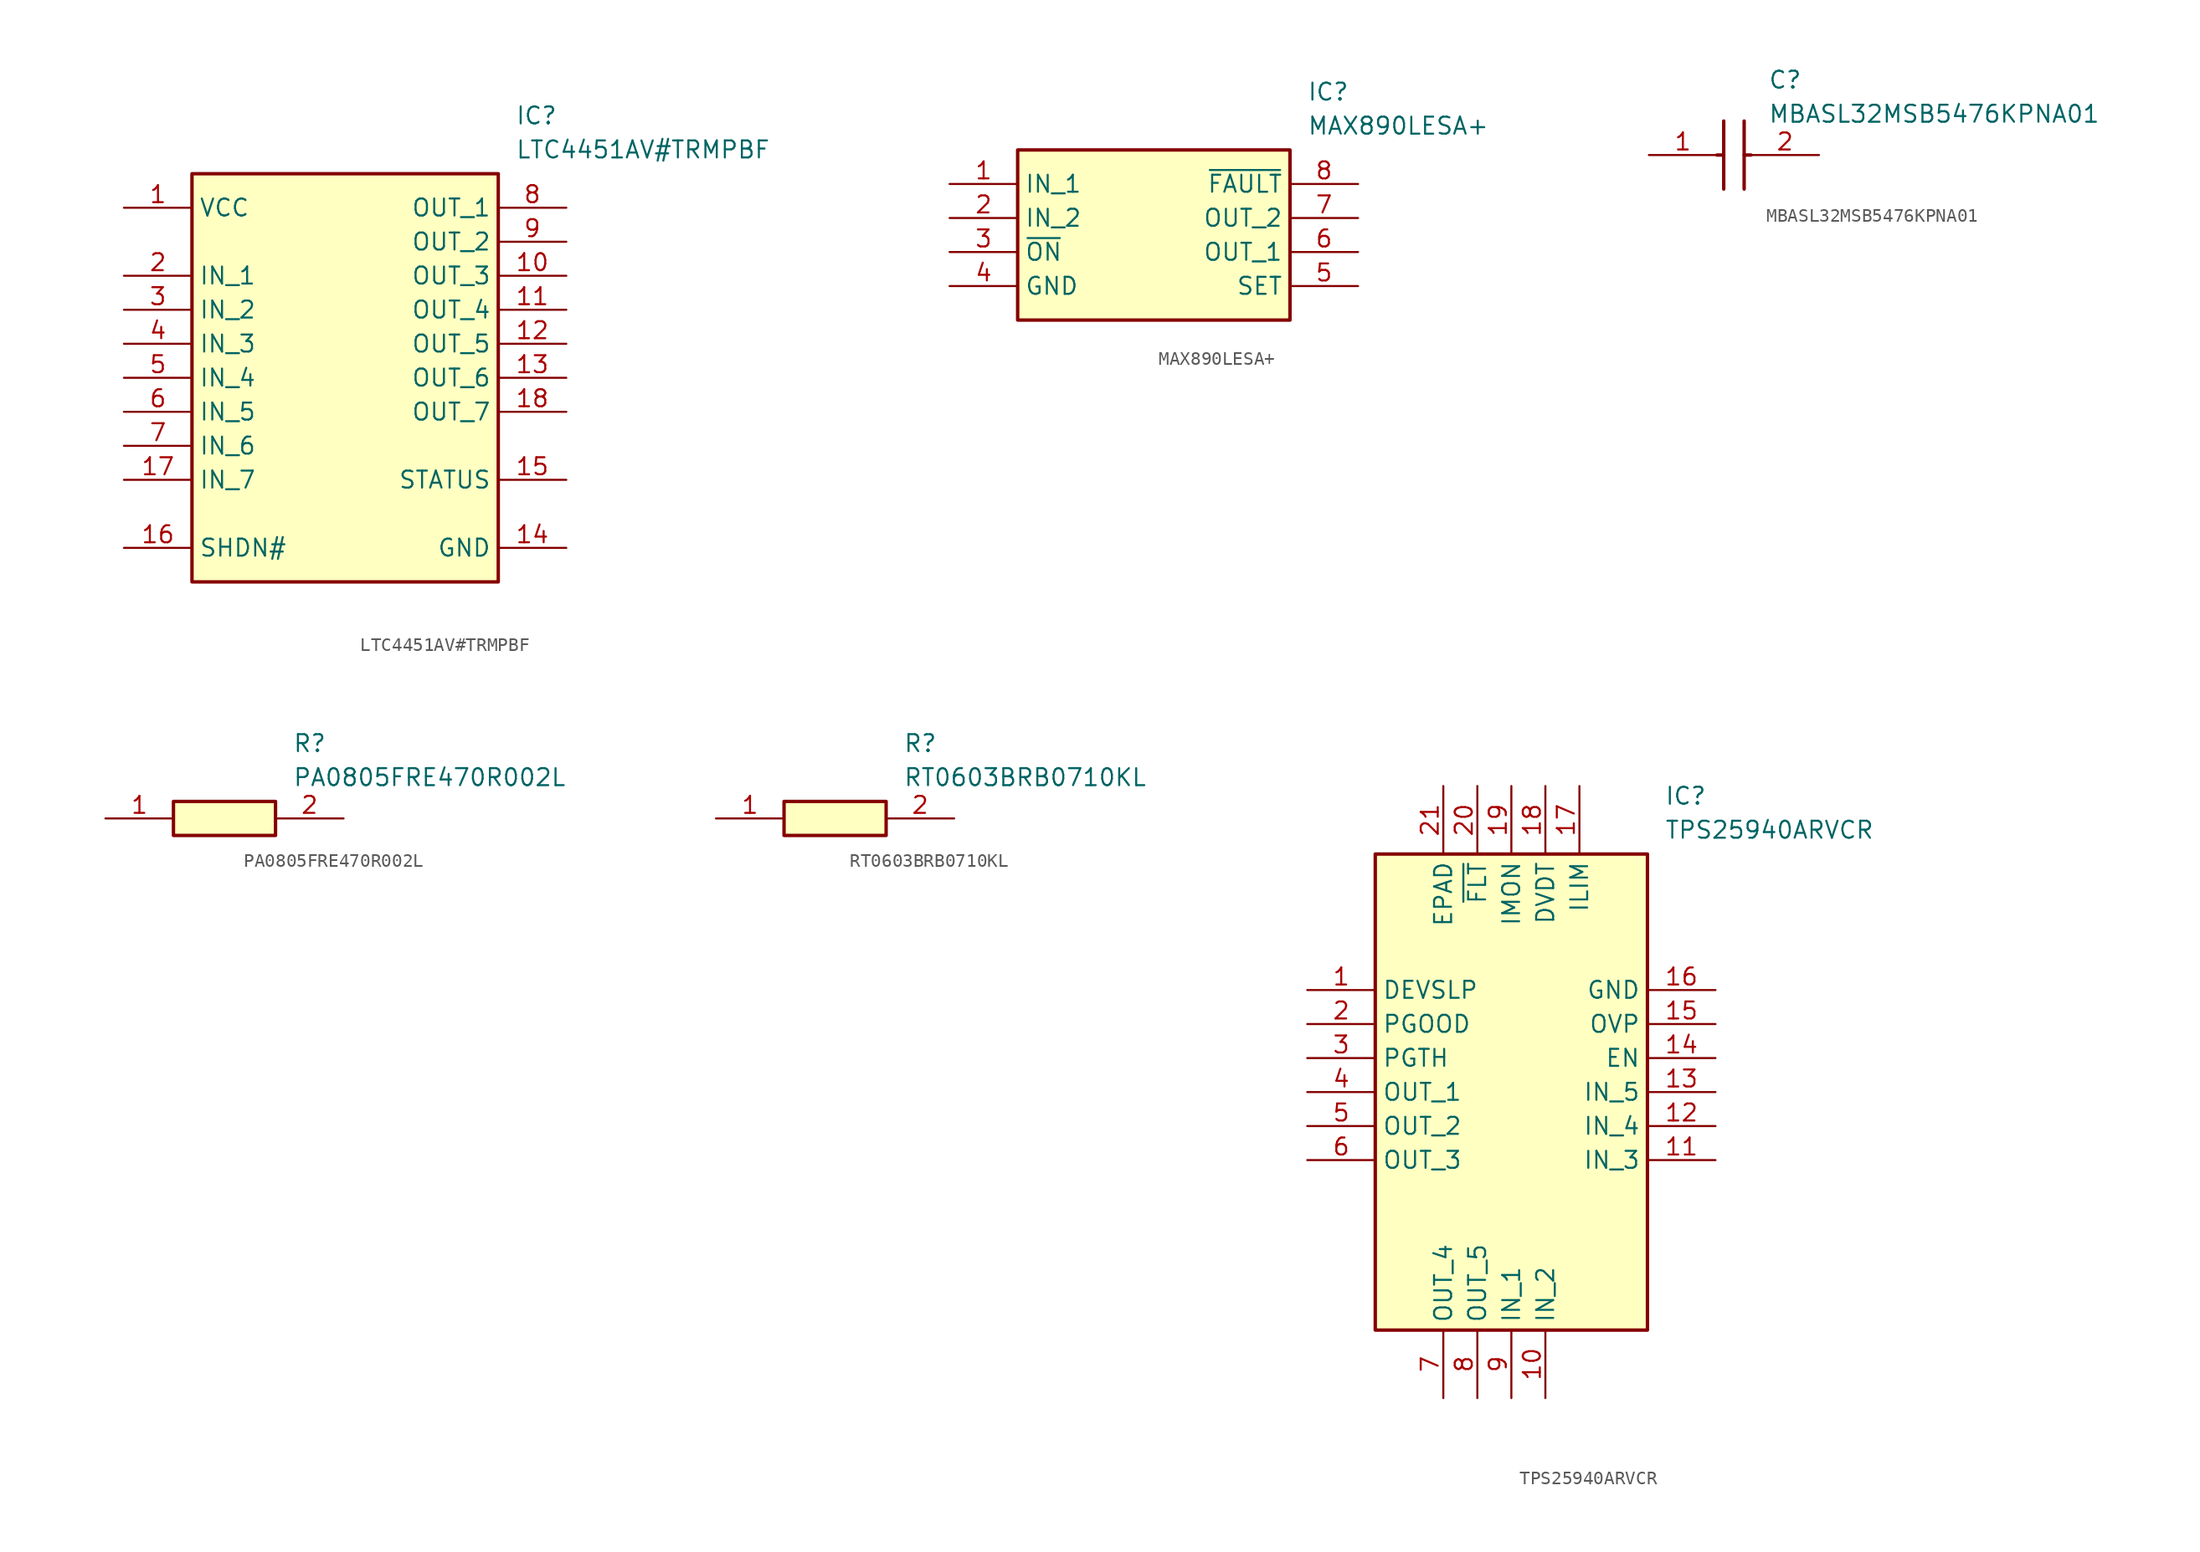
<source format=kicad_sym>
(kicad_symbol_lib
  (version 20241209)
  (generator "kicad_symbol_editor")
  (generator_version "9.0")
  (symbol "LTC4451AV#TRMPBF"
    (property "Reference" "IC"
      (at 29.21 7.62 0)
      (effects (font (size 1.27 1.27)) (justify left top)))
    (property "Value" "LTC4451AV#TRMPBF"
      (at 29.21 5.08 0)
      (effects (font (size 1.27 1.27)) (justify left top)))
    (symbol "LTC4451AV#TRMPBF_1_1"
      (rectangle (start 5.08 2.54) (end 27.94 -27.94) (stroke (width 0.254) (type default)) (fill (type background)))
      (pin passive line (at 0 0 0) (length 5.08) (name "VCC" (effects (font (size 1.27 1.27)))) (number "1" (effects (font (size 1.27 1.27)))))
      (pin passive line (at 0 -5.08 0) (length 5.08) (name "IN_1" (effects (font (size 1.27 1.27)))) (number "2" (effects (font (size 1.27 1.27)))))
      (pin passive line (at 0 -7.62 0) (length 5.08) (name "IN_2" (effects (font (size 1.27 1.27)))) (number "3" (effects (font (size 1.27 1.27)))))
      (pin passive line (at 0 -10.16 0) (length 5.08) (name "IN_3" (effects (font (size 1.27 1.27)))) (number "4" (effects (font (size 1.27 1.27)))))
      (pin passive line (at 0 -12.7 0) (length 5.08) (name "IN_4" (effects (font (size 1.27 1.27)))) (number "5" (effects (font (size 1.27 1.27)))))
      (pin passive line (at 0 -15.24 0) (length 5.08) (name "IN_5" (effects (font (size 1.27 1.27)))) (number "6" (effects (font (size 1.27 1.27)))))
      (pin passive line (at 0 -17.78 0) (length 5.08) (name "IN_6" (effects (font (size 1.27 1.27)))) (number "7" (effects (font (size 1.27 1.27)))))
      (pin passive line (at 0 -20.32 0) (length 5.08) (name "IN_7" (effects (font (size 1.27 1.27)))) (number "17" (effects (font (size 1.27 1.27)))))
      (pin passive line (at 0 -25.4 0) (length 5.08) (name "SHDN#" (effects (font (size 1.27 1.27)))) (number "16" (effects (font (size 1.27 1.27)))))
      (pin passive line (at 33.02 0 180) (length 5.08) (name "OUT_1" (effects (font (size 1.27 1.27)))) (number "8" (effects (font (size 1.27 1.27)))))
      (pin passive line (at 33.02 -2.54 180) (length 5.08) (name "OUT_2" (effects (font (size 1.27 1.27)))) (number "9" (effects (font (size 1.27 1.27)))))
      (pin passive line (at 33.02 -5.08 180) (length 5.08) (name "OUT_3" (effects (font (size 1.27 1.27)))) (number "10" (effects (font (size 1.27 1.27)))))
      (pin passive line (at 33.02 -7.62 180) (length 5.08) (name "OUT_4" (effects (font (size 1.27 1.27)))) (number "11" (effects (font (size 1.27 1.27)))))
      (pin passive line (at 33.02 -10.16 180) (length 5.08) (name "OUT_5" (effects (font (size 1.27 1.27)))) (number "12" (effects (font (size 1.27 1.27)))))
      (pin passive line (at 33.02 -12.7 180) (length 5.08) (name "OUT_6" (effects (font (size 1.27 1.27)))) (number "13" (effects (font (size 1.27 1.27)))))
      (pin passive line (at 33.02 -15.24 180) (length 5.08) (name "OUT_7" (effects (font (size 1.27 1.27)))) (number "18" (effects (font (size 1.27 1.27)))))
      (pin passive line (at 33.02 -20.32 180) (length 5.08) (name "STATUS" (effects (font (size 1.27 1.27)))) (number "15" (effects (font (size 1.27 1.27)))))
      (pin passive line (at 33.02 -25.4 180) (length 5.08) (name "GND" (effects (font (size 1.27 1.27)))) (number "14" (effects (font (size 1.27 1.27)))))))
  (symbol "MAX890LESA+"
    (property "Reference" "IC"
      (at 26.67 7.62 0)
      (effects (font (size 1.27 1.27)) (justify left top)))
    (property "Value" "MAX890LESA+"
      (at 26.67 5.08 0)
      (effects (font (size 1.27 1.27)) (justify left top)))
    (symbol "MAX890LESA+_1_1"
      (rectangle (start 5.08 2.54) (end 25.4 -10.16) (stroke (width 0.254) (type default)) (fill (type background)))
      (pin passive line (at 0 0 0) (length 5.08) (name "IN_1" (effects (font (size 1.27 1.27)))) (number "1" (effects (font (size 1.27 1.27)))))
      (pin passive line (at 0 -2.54 0) (length 5.08) (name "IN_2" (effects (font (size 1.27 1.27)))) (number "2" (effects (font (size 1.27 1.27)))))
      (pin passive line (at 0 -5.08 0) (length 5.08) (name "~{ON}" (effects (font (size 1.27 1.27)))) (number "3" (effects (font (size 1.27 1.27)))))
      (pin passive line (at 0 -7.62 0) (length 5.08) (name "GND" (effects (font (size 1.27 1.27)))) (number "4" (effects (font (size 1.27 1.27)))))
      (pin passive line (at 30.48 0 180) (length 5.08) (name "~{FAULT}" (effects (font (size 1.27 1.27)))) (number "8" (effects (font (size 1.27 1.27)))))
      (pin passive line (at 30.48 -2.54 180) (length 5.08) (name "OUT_2" (effects (font (size 1.27 1.27)))) (number "7" (effects (font (size 1.27 1.27)))))
      (pin passive line (at 30.48 -5.08 180) (length 5.08) (name "OUT_1" (effects (font (size 1.27 1.27)))) (number "6" (effects (font (size 1.27 1.27)))))
      (pin passive line (at 30.48 -7.62 180) (length 5.08) (name "SET" (effects (font (size 1.27 1.27)))) (number "5" (effects (font (size 1.27 1.27)))))))
  (symbol "MBASL32MSB5476KPNA01"
    (pin_names
      (hide yes))
    (property "Reference" "C"
      (at 8.89 6.35 0)
      (effects (font (size 1.27 1.27)) (justify left top)))
    (property "Value" "MBASL32MSB5476KPNA01"
      (at 8.89 3.81 0)
      (effects (font (size 1.27 1.27)) (justify left top)))
    (symbol "MBASL32MSB5476KPNA01_1_1"
      (polyline (pts (xy 5.08 0) (xy 5.588 0)) (stroke (width 0.254) (type default)) (fill (type none)))
      (polyline (pts (xy 5.588 2.54) (xy 5.588 -2.54)) (stroke (width 0.254) (type default)) (fill (type none)))
      (polyline (pts (xy 7.112 2.54) (xy 7.112 -2.54)) (stroke (width 0.254) (type default)) (fill (type none)))
      (polyline (pts (xy 7.112 0) (xy 7.62 0)) (stroke (width 0.254) (type default)) (fill (type none)))
      (pin passive line (at 0 0 0) (length 5.08) (name "1" (effects (font (size 1.27 1.27)))) (number "1" (effects (font (size 1.27 1.27)))))
      (pin passive line (at 12.7 0 180) (length 5.08) (name "2" (effects (font (size 1.27 1.27)))) (number "2" (effects (font (size 1.27 1.27)))))))
  (symbol "PA0805FRE470R002L"
    (pin_names
      (hide yes))
    (property "Reference" "R"
      (at 13.97 6.35 0)
      (effects (font (size 1.27 1.27)) (justify left top)))
    (property "Value" "PA0805FRE470R002L"
      (at 13.97 3.81 0)
      (effects (font (size 1.27 1.27)) (justify left top)))
    (symbol "PA0805FRE470R002L_1_1"
      (rectangle (start 5.08 1.27) (end 12.7 -1.27) (stroke (width 0.254) (type default)) (fill (type background)))
      (pin passive line (at 0 0 0) (length 5.08) (name "1" (effects (font (size 1.27 1.27)))) (number "1" (effects (font (size 1.27 1.27)))))
      (pin passive line (at 17.78 0 180) (length 5.08) (name "2" (effects (font (size 1.27 1.27)))) (number "2" (effects (font (size 1.27 1.27)))))))
  (symbol "RT0603BRB0710KL"
    (pin_names
      (hide yes))
    (property "Reference" "R"
      (at 13.97 6.35 0)
      (effects (font (size 1.27 1.27)) (justify left top)))
    (property "Value" "RT0603BRB0710KL"
      (at 13.97 3.81 0)
      (effects (font (size 1.27 1.27)) (justify left top)))
    (symbol "RT0603BRB0710KL_1_1"
      (rectangle (start 5.08 1.27) (end 12.7 -1.27) (stroke (width 0.254) (type default)) (fill (type background)))
      (pin passive line (at 0 0 0) (length 5.08) (name "1" (effects (font (size 1.27 1.27)))) (number "1" (effects (font (size 1.27 1.27)))))
      (pin passive line (at 17.78 0 180) (length 5.08) (name "2" (effects (font (size 1.27 1.27)))) (number "2" (effects (font (size 1.27 1.27)))))))
  (symbol "TPS25940ARVCR"
    (property "Reference" "IC"
      (at 26.67 15.24 0)
      (effects (font (size 1.27 1.27)) (justify left top)))
    (property "Value" "TPS25940ARVCR"
      (at 26.67 12.7 0)
      (effects (font (size 1.27 1.27)) (justify left top)))
    (symbol "TPS25940ARVCR_1_1"
      (rectangle (start 5.08 10.16) (end 25.4 -25.4) (stroke (width 0.254) (type default)) (fill (type background)))
      (pin passive line (at 0 0 0) (length 5.08) (name "DEVSLP" (effects (font (size 1.27 1.27)))) (number "1" (effects (font (size 1.27 1.27)))))
      (pin passive line (at 0 -2.54 0) (length 5.08) (name "PGOOD" (effects (font (size 1.27 1.27)))) (number "2" (effects (font (size 1.27 1.27)))))
      (pin passive line (at 0 -5.08 0) (length 5.08) (name "PGTH" (effects (font (size 1.27 1.27)))) (number "3" (effects (font (size 1.27 1.27)))))
      (pin passive line (at 0 -7.62 0) (length 5.08) (name "OUT_1" (effects (font (size 1.27 1.27)))) (number "4" (effects (font (size 1.27 1.27)))))
      (pin passive line (at 0 -10.16 0) (length 5.08) (name "OUT_2" (effects (font (size 1.27 1.27)))) (number "5" (effects (font (size 1.27 1.27)))))
      (pin passive line (at 0 -12.7 0) (length 5.08) (name "OUT_3" (effects (font (size 1.27 1.27)))) (number "6" (effects (font (size 1.27 1.27)))))
      (pin passive line (at 10.16 15.24 270) (length 5.08) (name "EPAD" (effects (font (size 1.27 1.27)))) (number "21" (effects (font (size 1.27 1.27)))))
      (pin passive line (at 10.16 -30.48 90) (length 5.08) (name "OUT_4" (effects (font (size 1.27 1.27)))) (number "7" (effects (font (size 1.27 1.27)))))
      (pin passive line (at 12.7 15.24 270) (length 5.08) (name "~{FLT}" (effects (font (size 1.27 1.27)))) (number "20" (effects (font (size 1.27 1.27)))))
      (pin passive line (at 12.7 -30.48 90) (length 5.08) (name "OUT_5" (effects (font (size 1.27 1.27)))) (number "8" (effects (font (size 1.27 1.27)))))
      (pin passive line (at 15.24 15.24 270) (length 5.08) (name "IMON" (effects (font (size 1.27 1.27)))) (number "19" (effects (font (size 1.27 1.27)))))
      (pin passive line (at 15.24 -30.48 90) (length 5.08) (name "IN_1" (effects (font (size 1.27 1.27)))) (number "9" (effects (font (size 1.27 1.27)))))
      (pin passive line (at 17.78 15.24 270) (length 5.08) (name "DVDT" (effects (font (size 1.27 1.27)))) (number "18" (effects (font (size 1.27 1.27)))))
      (pin passive line (at 17.78 -30.48 90) (length 5.08) (name "IN_2" (effects (font (size 1.27 1.27)))) (number "10" (effects (font (size 1.27 1.27)))))
      (pin passive line (at 20.32 15.24 270) (length 5.08) (name "ILIM" (effects (font (size 1.27 1.27)))) (number "17" (effects (font (size 1.27 1.27)))))
      (pin passive line (at 30.48 0 180) (length 5.08) (name "GND" (effects (font (size 1.27 1.27)))) (number "16" (effects (font (size 1.27 1.27)))))
      (pin passive line (at 30.48 -2.54 180) (length 5.08) (name "OVP" (effects (font (size 1.27 1.27)))) (number "15" (effects (font (size 1.27 1.27)))))
      (pin passive line (at 30.48 -5.08 180) (length 5.08) (name "EN" (effects (font (size 1.27 1.27)))) (number "14" (effects (font (size 1.27 1.27)))))
      (pin passive line (at 30.48 -7.62 180) (length 5.08) (name "IN_5" (effects (font (size 1.27 1.27)))) (number "13" (effects (font (size 1.27 1.27)))))
      (pin passive line (at 30.48 -10.16 180) (length 5.08) (name "IN_4" (effects (font (size 1.27 1.27)))) (number "12" (effects (font (size 1.27 1.27)))))
      (pin passive line (at 30.48 -12.7 180) (length 5.08) (name "IN_3" (effects (font (size 1.27 1.27)))) (number "11" (effects (font (size 1.27 1.27))))))))
</source>
